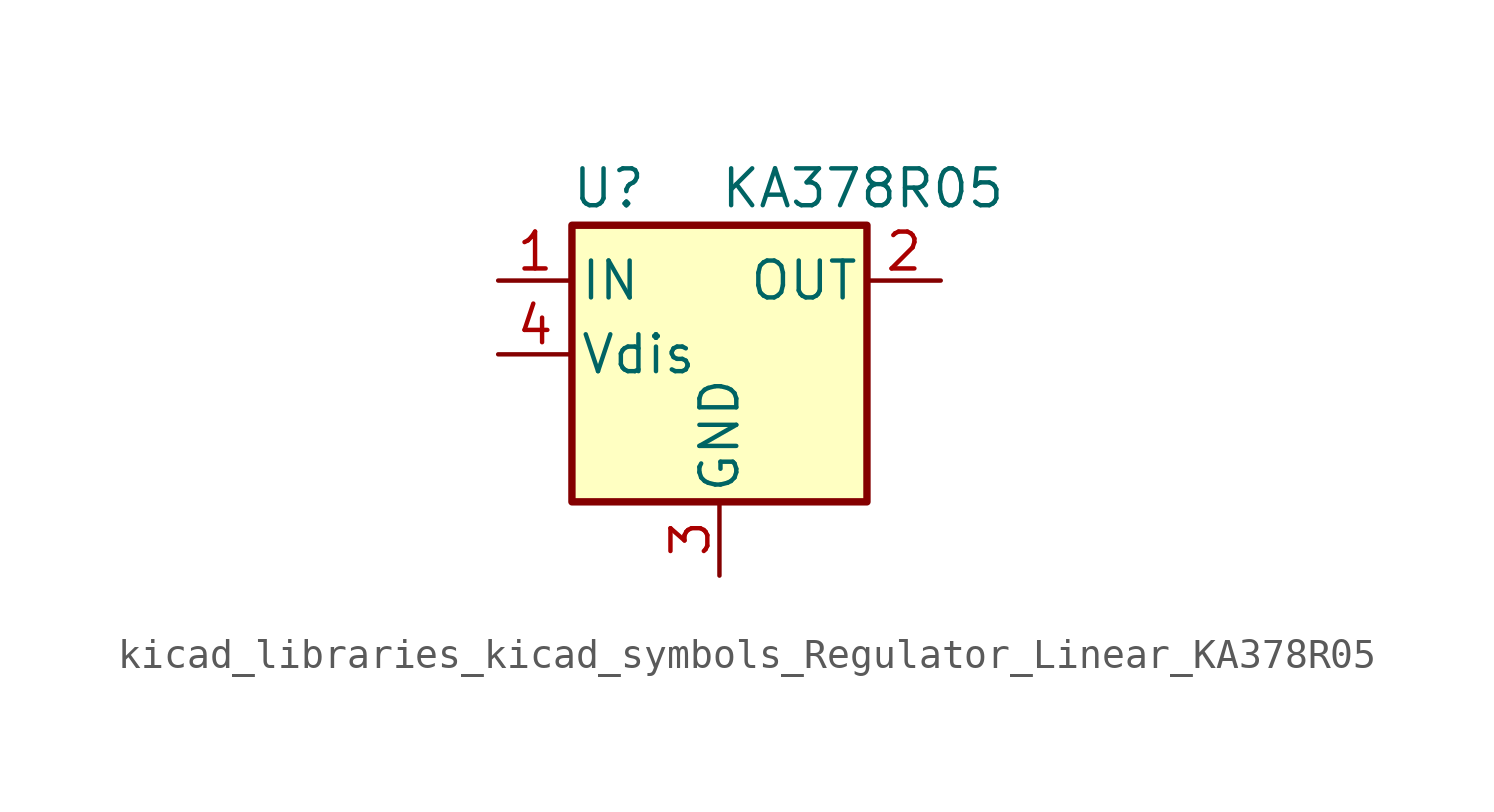
<source format=kicad_sym>
(kicad_symbol_lib
  (version 20220914)
  (generator kicad_symbol_editor)
  (symbol "kicad_libraries_kicad_symbols_Regulator_Linear_KA378R05"
    (pin_names
      (offset 0.254))
    (property "Reference" "U"
      (at -3.81 5.715 0)
      (effects (font (size 1.27 1.27))))
    (property "Value" "KA378R05"
      (at 0 5.715 0)
      (effects (font (size 1.27 1.27)) (justify left)))
    (symbol "kicad_libraries_kicad_symbols_Regulator_Linear_KA378R05_0_1"
      (rectangle (start -5.08 4.445) (end 5.08 -5.08) (stroke (width 0.254) (type default)) (fill (type background))))
    (symbol "kicad_libraries_kicad_symbols_Regulator_Linear_KA378R05_1_1"
      (pin power_in line (at -7.62 2.54 0) (length 2.54) (name "IN" (effects (font (size 1.27 1.27)))) (number "1" (effects (font (size 1.27 1.27)))))
      (pin power_out line (at 7.62 2.54 180) (length 2.54) (name "OUT" (effects (font (size 1.27 1.27)))) (number "2" (effects (font (size 1.27 1.27)))))
      (pin power_in line (at 0 -7.62 90) (length 2.54) (name "GND" (effects (font (size 1.27 1.27)))) (number "3" (effects (font (size 1.27 1.27)))))
      (pin input line (at -7.62 0 0) (length 2.54) (name "Vdis" (effects (font (size 1.27 1.27)))) (number "4" (effects (font (size 1.27 1.27))))))))
</source>
